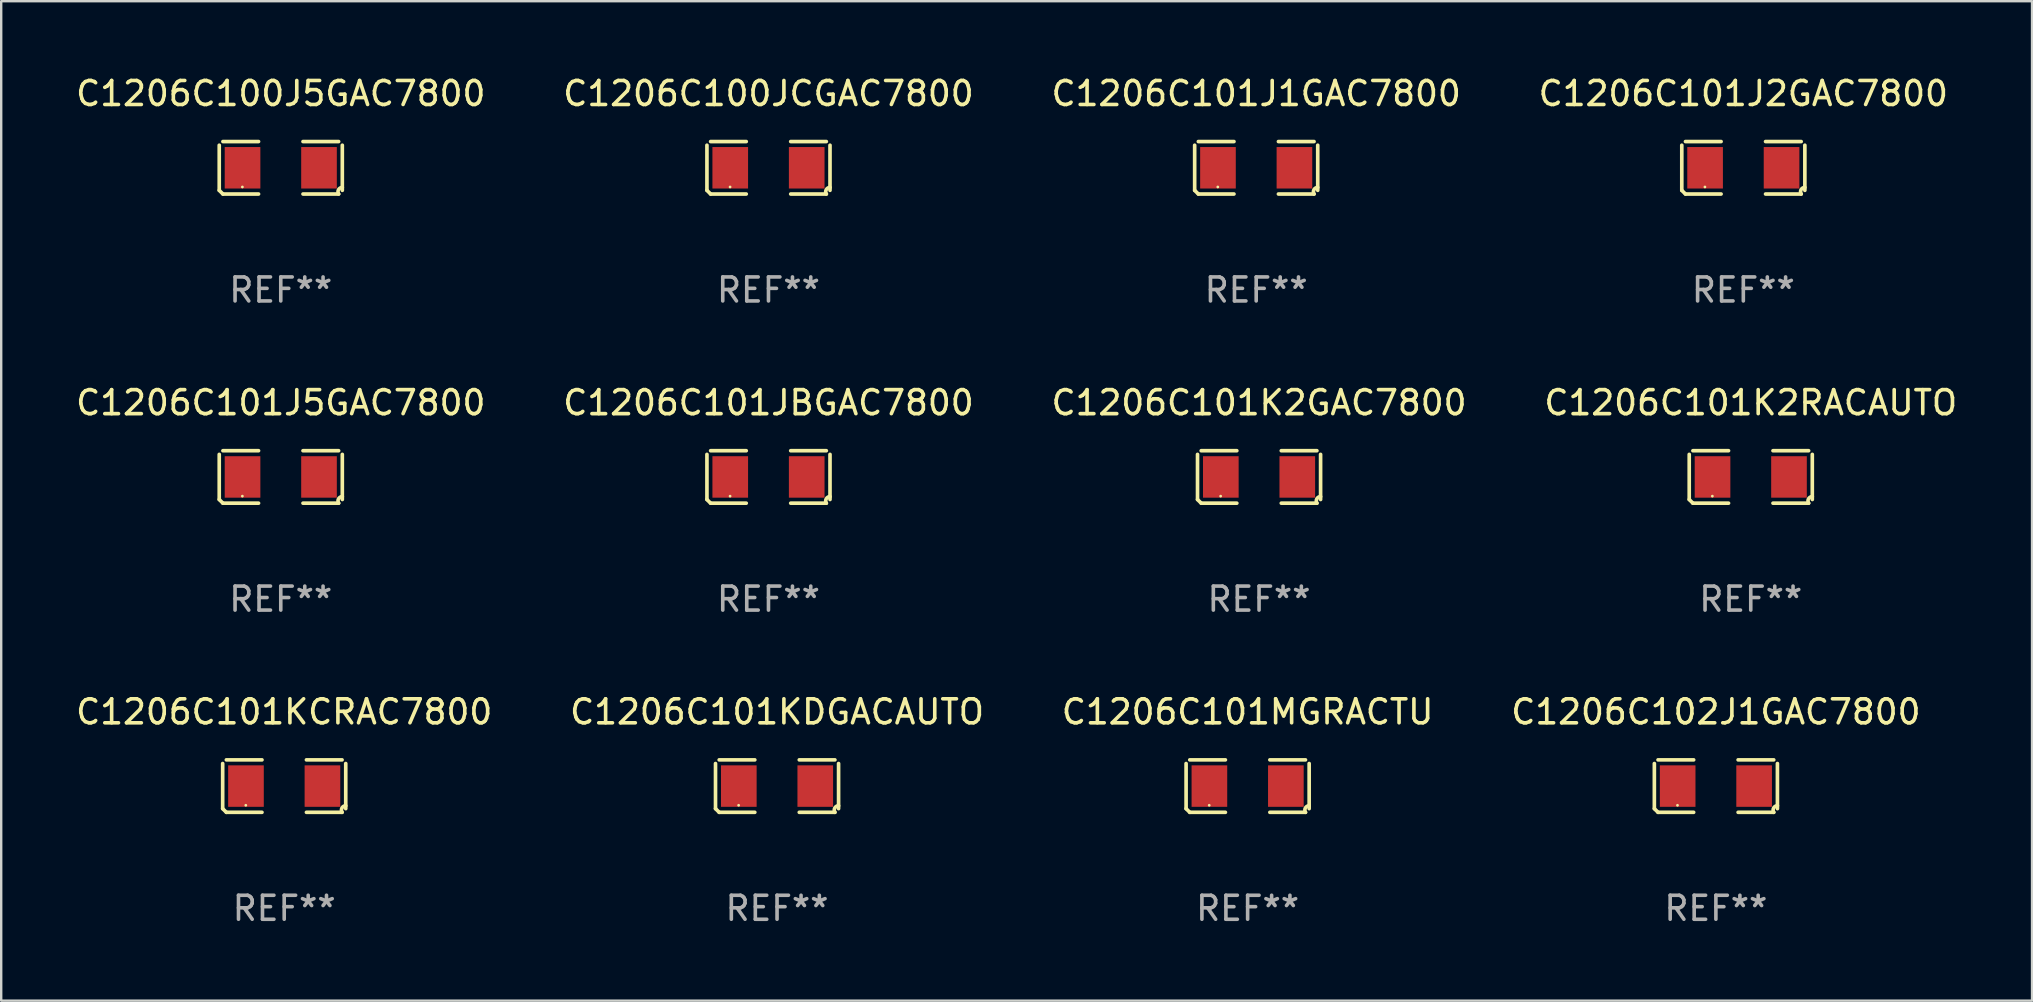
<source format=kicad_pcb>
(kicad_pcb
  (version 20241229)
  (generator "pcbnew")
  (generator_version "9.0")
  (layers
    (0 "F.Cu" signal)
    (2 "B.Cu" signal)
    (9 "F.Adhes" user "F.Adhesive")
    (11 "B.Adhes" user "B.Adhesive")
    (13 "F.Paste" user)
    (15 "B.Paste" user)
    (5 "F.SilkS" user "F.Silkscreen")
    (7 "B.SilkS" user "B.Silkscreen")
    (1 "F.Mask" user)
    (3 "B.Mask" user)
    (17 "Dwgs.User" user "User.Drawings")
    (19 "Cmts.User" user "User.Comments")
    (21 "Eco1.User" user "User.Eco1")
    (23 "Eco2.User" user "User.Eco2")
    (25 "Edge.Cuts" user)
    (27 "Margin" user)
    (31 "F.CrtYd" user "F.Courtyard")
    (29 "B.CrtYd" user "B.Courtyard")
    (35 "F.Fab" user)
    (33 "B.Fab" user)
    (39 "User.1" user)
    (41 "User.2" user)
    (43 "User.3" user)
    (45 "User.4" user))
  (footprint "C1206C101KDGACAUTO"
    (layer "F.Cu")
    (at 29.327 29.704)
    (property "Reference" "C1206C101KDGACAUTO" (at 0 -3.093 0) (layer "F.SilkS") (effects (font (size 1 1) (thickness 0.15))))
    (attr through_hole)
    (fp_line (start -2.564 0.94) (end -2.564 -0.94) (stroke (width 0.152) (type solid)) (layer "F.SilkS"))
    (fp_line (start -2.411 -1.093) (end -0.926 -1.093) (stroke (width 0.152) (type solid)) (layer "F.SilkS"))
    (fp_line (start -0.926 1.093) (end -2.411 1.093) (stroke (width 0.152) (type solid)) (layer "F.SilkS"))
    (fp_line (start 0.926 1.093) (end 2.411 1.093) (stroke (width 0.152) (type solid)) (layer "F.SilkS"))
    (fp_line (start 2.411 -1.093) (end 0.926 -1.093) (stroke (width 0.152) (type solid)) (layer "F.SilkS"))
    (fp_line (start 2.564 0.94) (end 2.564 -0.94) (stroke (width 0.152) (type solid)) (layer "F.SilkS"))
    (fp_arc (start -2.411201 1.092609) (mid -2.487413 1.01642) (end -2.563602 0.940208) (stroke (width 0.1524) (type solid)) (layer "F.SilkS"))
    (fp_arc (start 2.411201 1.092609) (mid 2.407159 0.911226) (end 2.563602 0.819347) (stroke (width 0.1524) (type solid)) (layer "F.SilkS"))
    (fp_circle (center -1.6 0.8) (end -1.57 0.8) (stroke (width 0.06) (type solid)) (fill no) (layer "F.SilkS"))
    (fp_text user "REF**" (at 0 5.093 0) (layer "F.Fab") (effects (font (size 1 1) (thickness 0.15))))
    (pad "1" smd rect (at -1.593 0) (size 1.485 1.728) (layers "F.Cu" "F.Mask" "F.Paste"))
    (pad "2" smd rect (at 1.593 0) (size 1.485 1.728) (layers "F.Cu" "F.Mask" "F.Paste")))
  (footprint "C1206C101J2GAC7800"
    (layer "F.Cu")
    (at 69.589 3.941)
    (property "Reference" "C1206C101J2GAC7800" (at 0 -3.093 0) (layer "F.SilkS") (effects (font (size 1 1) (thickness 0.15))))
    (attr through_hole)
    (fp_line (start -2.564 0.94) (end -2.564 -0.94) (stroke (width 0.152) (type solid)) (layer "F.SilkS"))
    (fp_line (start -2.411 -1.093) (end -0.926 -1.093) (stroke (width 0.152) (type solid)) (layer "F.SilkS"))
    (fp_line (start -0.926 1.093) (end -2.411 1.093) (stroke (width 0.152) (type solid)) (layer "F.SilkS"))
    (fp_line (start 0.926 1.093) (end 2.411 1.093) (stroke (width 0.152) (type solid)) (layer "F.SilkS"))
    (fp_line (start 2.411 -1.093) (end 0.926 -1.093) (stroke (width 0.152) (type solid)) (layer "F.SilkS"))
    (fp_line (start 2.564 0.94) (end 2.564 -0.94) (stroke (width 0.152) (type solid)) (layer "F.SilkS"))
    (fp_arc (start -2.411201 1.092609) (mid -2.487413 1.01642) (end -2.563602 0.940208) (stroke (width 0.1524) (type solid)) (layer "F.SilkS"))
    (fp_arc (start 2.411201 1.092609) (mid 2.407159 0.911226) (end 2.563602 0.819347) (stroke (width 0.1524) (type solid)) (layer "F.SilkS"))
    (fp_circle (center -1.6 0.8) (end -1.57 0.8) (stroke (width 0.06) (type solid)) (fill no) (layer "F.SilkS"))
    (fp_text user "REF**" (at 0 5.093 0) (layer "F.Fab") (effects (font (size 1 1) (thickness 0.15))))
    (pad "1" smd rect (at -1.593 0) (size 1.485 1.728) (layers "F.Cu" "F.Mask" "F.Paste"))
    (pad "2" smd rect (at 1.593 0) (size 1.485 1.728) (layers "F.Cu" "F.Mask" "F.Paste")))
  (footprint "C1206C101J1GAC7800"
    (layer "F.Cu")
    (at 49.292 3.941)
    (property "Reference" "C1206C101J1GAC7800" (at 0 -3.093 0) (layer "F.SilkS") (effects (font (size 1 1) (thickness 0.15))))
    (attr through_hole)
    (fp_line (start -2.564 0.94) (end -2.564 -0.94) (stroke (width 0.152) (type solid)) (layer "F.SilkS"))
    (fp_line (start -2.411 -1.093) (end -0.926 -1.093) (stroke (width 0.152) (type solid)) (layer "F.SilkS"))
    (fp_line (start -0.926 1.093) (end -2.411 1.093) (stroke (width 0.152) (type solid)) (layer "F.SilkS"))
    (fp_line (start 0.926 1.093) (end 2.411 1.093) (stroke (width 0.152) (type solid)) (layer "F.SilkS"))
    (fp_line (start 2.411 -1.093) (end 0.926 -1.093) (stroke (width 0.152) (type solid)) (layer "F.SilkS"))
    (fp_line (start 2.564 0.94) (end 2.564 -0.94) (stroke (width 0.152) (type solid)) (layer "F.SilkS"))
    (fp_arc (start -2.411201 1.092609) (mid -2.487413 1.01642) (end -2.563602 0.940208) (stroke (width 0.1524) (type solid)) (layer "F.SilkS"))
    (fp_arc (start 2.411201 1.092609) (mid 2.407159 0.911226) (end 2.563602 0.819347) (stroke (width 0.1524) (type solid)) (layer "F.SilkS"))
    (fp_circle (center -1.6 0.8) (end -1.57 0.8) (stroke (width 0.06) (type solid)) (fill no) (layer "F.SilkS"))
    (fp_text user "REF**" (at 0 5.093 0) (layer "F.Fab") (effects (font (size 1 1) (thickness 0.15))))
    (pad "1" smd rect (at -1.593 0) (size 1.485 1.728) (layers "F.Cu" "F.Mask" "F.Paste"))
    (pad "2" smd rect (at 1.593 0) (size 1.485 1.728) (layers "F.Cu" "F.Mask" "F.Paste")))
  (footprint "C1206C101KCRAC7800"
    (layer "F.Cu")
    (at 8.792 29.704)
    (property "Reference" "C1206C101KCRAC7800" (at 0 -3.093 0) (layer "F.SilkS") (effects (font (size 1 1) (thickness 0.15))))
    (attr through_hole)
    (fp_line (start -2.564 0.94) (end -2.564 -0.94) (stroke (width 0.152) (type solid)) (layer "F.SilkS"))
    (fp_line (start -2.411 -1.093) (end -0.926 -1.093) (stroke (width 0.152) (type solid)) (layer "F.SilkS"))
    (fp_line (start -0.926 1.093) (end -2.411 1.093) (stroke (width 0.152) (type solid)) (layer "F.SilkS"))
    (fp_line (start 0.926 1.093) (end 2.411 1.093) (stroke (width 0.152) (type solid)) (layer "F.SilkS"))
    (fp_line (start 2.411 -1.093) (end 0.926 -1.093) (stroke (width 0.152) (type solid)) (layer "F.SilkS"))
    (fp_line (start 2.564 0.94) (end 2.564 -0.94) (stroke (width 0.152) (type solid)) (layer "F.SilkS"))
    (fp_arc (start -2.411201 1.092609) (mid -2.487413 1.01642) (end -2.563602 0.940208) (stroke (width 0.1524) (type solid)) (layer "F.SilkS"))
    (fp_arc (start 2.411201 1.092609) (mid 2.407159 0.911226) (end 2.563602 0.819347) (stroke (width 0.1524) (type solid)) (layer "F.SilkS"))
    (fp_circle (center -1.6 0.8) (end -1.57 0.8) (stroke (width 0.06) (type solid)) (fill no) (layer "F.SilkS"))
    (fp_text user "REF**" (at 0 5.093 0) (layer "F.Fab") (effects (font (size 1 1) (thickness 0.15))))
    (pad "1" smd rect (at -1.593 0) (size 1.485 1.728) (layers "F.Cu" "F.Mask" "F.Paste"))
    (pad "2" smd rect (at 1.593 0) (size 1.485 1.728) (layers "F.Cu" "F.Mask" "F.Paste")))
  (footprint "C1206C101JBGAC7800"
    (layer "F.Cu")
    (at 28.97 16.823)
    (property "Reference" "C1206C101JBGAC7800" (at 0 -3.093 0) (layer "F.SilkS") (effects (font (size 1 1) (thickness 0.15))))
    (attr through_hole)
    (fp_line (start -2.564 0.94) (end -2.564 -0.94) (stroke (width 0.152) (type solid)) (layer "F.SilkS"))
    (fp_line (start -2.411 -1.093) (end -0.926 -1.093) (stroke (width 0.152) (type solid)) (layer "F.SilkS"))
    (fp_line (start -0.926 1.093) (end -2.411 1.093) (stroke (width 0.152) (type solid)) (layer "F.SilkS"))
    (fp_line (start 0.926 1.093) (end 2.411 1.093) (stroke (width 0.152) (type solid)) (layer "F.SilkS"))
    (fp_line (start 2.411 -1.093) (end 0.926 -1.093) (stroke (width 0.152) (type solid)) (layer "F.SilkS"))
    (fp_line (start 2.564 0.94) (end 2.564 -0.94) (stroke (width 0.152) (type solid)) (layer "F.SilkS"))
    (fp_arc (start -2.411201 1.092609) (mid -2.487413 1.01642) (end -2.563602 0.940208) (stroke (width 0.1524) (type solid)) (layer "F.SilkS"))
    (fp_arc (start 2.411201 1.092609) (mid 2.407159 0.911226) (end 2.563602 0.819347) (stroke (width 0.1524) (type solid)) (layer "F.SilkS"))
    (fp_circle (center -1.6 0.8) (end -1.57 0.8) (stroke (width 0.06) (type solid)) (fill no) (layer "F.SilkS"))
    (fp_text user "REF**" (at 0 5.093 0) (layer "F.Fab") (effects (font (size 1 1) (thickness 0.15))))
    (pad "1" smd rect (at -1.593 0) (size 1.485 1.728) (layers "F.Cu" "F.Mask" "F.Paste"))
    (pad "2" smd rect (at 1.593 0) (size 1.485 1.728) (layers "F.Cu" "F.Mask" "F.Paste")))
  (footprint "C1206C101K2RACAUTO"
    (layer "F.Cu")
    (at 69.899 16.823)
    (property "Reference" "C1206C101K2RACAUTO" (at 0 -3.093 0) (layer "F.SilkS") (effects (font (size 1 1) (thickness 0.15))))
    (attr through_hole)
    (fp_line (start -2.564 0.94) (end -2.564 -0.94) (stroke (width 0.152) (type solid)) (layer "F.SilkS"))
    (fp_line (start -2.411 -1.093) (end -0.926 -1.093) (stroke (width 0.152) (type solid)) (layer "F.SilkS"))
    (fp_line (start -0.926 1.093) (end -2.411 1.093) (stroke (width 0.152) (type solid)) (layer "F.SilkS"))
    (fp_line (start 0.926 1.093) (end 2.411 1.093) (stroke (width 0.152) (type solid)) (layer "F.SilkS"))
    (fp_line (start 2.411 -1.093) (end 0.926 -1.093) (stroke (width 0.152) (type solid)) (layer "F.SilkS"))
    (fp_line (start 2.564 0.94) (end 2.564 -0.94) (stroke (width 0.152) (type solid)) (layer "F.SilkS"))
    (fp_arc (start -2.411201 1.092609) (mid -2.487413 1.01642) (end -2.563602 0.940208) (stroke (width 0.1524) (type solid)) (layer "F.SilkS"))
    (fp_arc (start 2.411201 1.092609) (mid 2.407159 0.911226) (end 2.563602 0.819347) (stroke (width 0.1524) (type solid)) (layer "F.SilkS"))
    (fp_circle (center -1.6 0.8) (end -1.57 0.8) (stroke (width 0.06) (type solid)) (fill no) (layer "F.SilkS"))
    (fp_text user "REF**" (at 0 5.093 0) (layer "F.Fab") (effects (font (size 1 1) (thickness 0.15))))
    (pad "1" smd rect (at -1.593 0) (size 1.485 1.728) (layers "F.Cu" "F.Mask" "F.Paste"))
    (pad "2" smd rect (at 1.593 0) (size 1.485 1.728) (layers "F.Cu" "F.Mask" "F.Paste")))
  (footprint "C1206C100J5GAC7800"
    (layer "F.Cu")
    (at 8.649 3.941)
    (property "Reference" "C1206C100J5GAC7800" (at 0 -3.093 0) (layer "F.SilkS") (effects (font (size 1 1) (thickness 0.15))))
    (attr through_hole)
    (fp_line (start -2.564 0.94) (end -2.564 -0.94) (stroke (width 0.152) (type solid)) (layer "F.SilkS"))
    (fp_line (start -2.411 -1.093) (end -0.926 -1.093) (stroke (width 0.152) (type solid)) (layer "F.SilkS"))
    (fp_line (start -0.926 1.093) (end -2.411 1.093) (stroke (width 0.152) (type solid)) (layer "F.SilkS"))
    (fp_line (start 0.926 1.093) (end 2.411 1.093) (stroke (width 0.152) (type solid)) (layer "F.SilkS"))
    (fp_line (start 2.411 -1.093) (end 0.926 -1.093) (stroke (width 0.152) (type solid)) (layer "F.SilkS"))
    (fp_line (start 2.564 0.94) (end 2.564 -0.94) (stroke (width 0.152) (type solid)) (layer "F.SilkS"))
    (fp_arc (start -2.411201 1.092609) (mid -2.487413 1.01642) (end -2.563602 0.940208) (stroke (width 0.1524) (type solid)) (layer "F.SilkS"))
    (fp_arc (start 2.411201 1.092609) (mid 2.407159 0.911226) (end 2.563602 0.819347) (stroke (width 0.1524) (type solid)) (layer "F.SilkS"))
    (fp_circle (center -1.6 0.8) (end -1.57 0.8) (stroke (width 0.06) (type solid)) (fill no) (layer "F.SilkS"))
    (fp_text user "REF**" (at 0 5.093 0) (layer "F.Fab") (effects (font (size 1 1) (thickness 0.15))))
    (pad "1" smd rect (at -1.593 0) (size 1.485 1.728) (layers "F.Cu" "F.Mask" "F.Paste"))
    (pad "2" smd rect (at 1.593 0) (size 1.485 1.728) (layers "F.Cu" "F.Mask" "F.Paste")))
  (footprint "C1206C101MGRACTU"
    (layer "F.Cu")
    (at 48.935 29.704)
    (property "Reference" "C1206C101MGRACTU" (at 0 -3.093 0) (layer "F.SilkS") (effects (font (size 1 1) (thickness 0.15))))
    (attr through_hole)
    (fp_line (start -2.564 0.94) (end -2.564 -0.94) (stroke (width 0.152) (type solid)) (layer "F.SilkS"))
    (fp_line (start -2.411 -1.093) (end -0.926 -1.093) (stroke (width 0.152) (type solid)) (layer "F.SilkS"))
    (fp_line (start -0.926 1.093) (end -2.411 1.093) (stroke (width 0.152) (type solid)) (layer "F.SilkS"))
    (fp_line (start 0.926 1.093) (end 2.411 1.093) (stroke (width 0.152) (type solid)) (layer "F.SilkS"))
    (fp_line (start 2.411 -1.093) (end 0.926 -1.093) (stroke (width 0.152) (type solid)) (layer "F.SilkS"))
    (fp_line (start 2.564 0.94) (end 2.564 -0.94) (stroke (width 0.152) (type solid)) (layer "F.SilkS"))
    (fp_arc (start -2.411201 1.092609) (mid -2.487413 1.01642) (end -2.563602 0.940208) (stroke (width 0.1524) (type solid)) (layer "F.SilkS"))
    (fp_arc (start 2.411201 1.092609) (mid 2.407159 0.911226) (end 2.563602 0.819347) (stroke (width 0.1524) (type solid)) (layer "F.SilkS"))
    (fp_circle (center -1.6 0.8) (end -1.57 0.8) (stroke (width 0.06) (type solid)) (fill no) (layer "F.SilkS"))
    (fp_text user "REF**" (at 0 5.093 0) (layer "F.Fab") (effects (font (size 1 1) (thickness 0.15))))
    (pad "1" smd rect (at -1.593 0) (size 1.485 1.728) (layers "F.Cu" "F.Mask" "F.Paste"))
    (pad "2" smd rect (at 1.593 0) (size 1.485 1.728) (layers "F.Cu" "F.Mask" "F.Paste")))
  (footprint "C1206C102J1GAC7800"
    (layer "F.Cu")
    (at 68.446 29.704)
    (property "Reference" "C1206C102J1GAC7800" (at 0 -3.093 0) (layer "F.SilkS") (effects (font (size 1 1) (thickness 0.15))))
    (attr through_hole)
    (fp_line (start -2.564 0.94) (end -2.564 -0.94) (stroke (width 0.152) (type solid)) (layer "F.SilkS"))
    (fp_line (start -2.411 -1.093) (end -0.926 -1.093) (stroke (width 0.152) (type solid)) (layer "F.SilkS"))
    (fp_line (start -0.926 1.093) (end -2.411 1.093) (stroke (width 0.152) (type solid)) (layer "F.SilkS"))
    (fp_line (start 0.926 1.093) (end 2.411 1.093) (stroke (width 0.152) (type solid)) (layer "F.SilkS"))
    (fp_line (start 2.411 -1.093) (end 0.926 -1.093) (stroke (width 0.152) (type solid)) (layer "F.SilkS"))
    (fp_line (start 2.564 0.94) (end 2.564 -0.94) (stroke (width 0.152) (type solid)) (layer "F.SilkS"))
    (fp_arc (start -2.411201 1.092609) (mid -2.487413 1.01642) (end -2.563602 0.940208) (stroke (width 0.1524) (type solid)) (layer "F.SilkS"))
    (fp_arc (start 2.411201 1.092609) (mid 2.407159 0.911226) (end 2.563602 0.819347) (stroke (width 0.1524) (type solid)) (layer "F.SilkS"))
    (fp_circle (center -1.6 0.8) (end -1.57 0.8) (stroke (width 0.06) (type solid)) (fill no) (layer "F.SilkS"))
    (fp_text user "REF**" (at 0 5.093 0) (layer "F.Fab") (effects (font (size 1 1) (thickness 0.15))))
    (pad "1" smd rect (at -1.593 0) (size 1.485 1.728) (layers "F.Cu" "F.Mask" "F.Paste"))
    (pad "2" smd rect (at 1.593 0) (size 1.485 1.728) (layers "F.Cu" "F.Mask" "F.Paste")))
  (footprint "C1206C101J5GAC7800"
    (layer "F.Cu")
    (at 8.649 16.823)
    (property "Reference" "C1206C101J5GAC7800" (at 0 -3.093 0) (layer "F.SilkS") (effects (font (size 1 1) (thickness 0.15))))
    (attr through_hole)
    (fp_line (start -2.564 0.94) (end -2.564 -0.94) (stroke (width 0.152) (type solid)) (layer "F.SilkS"))
    (fp_line (start -2.411 -1.093) (end -0.926 -1.093) (stroke (width 0.152) (type solid)) (layer "F.SilkS"))
    (fp_line (start -0.926 1.093) (end -2.411 1.093) (stroke (width 0.152) (type solid)) (layer "F.SilkS"))
    (fp_line (start 0.926 1.093) (end 2.411 1.093) (stroke (width 0.152) (type solid)) (layer "F.SilkS"))
    (fp_line (start 2.411 -1.093) (end 0.926 -1.093) (stroke (width 0.152) (type solid)) (layer "F.SilkS"))
    (fp_line (start 2.564 0.94) (end 2.564 -0.94) (stroke (width 0.152) (type solid)) (layer "F.SilkS"))
    (fp_arc (start -2.411201 1.092609) (mid -2.487413 1.01642) (end -2.563602 0.940208) (stroke (width 0.1524) (type solid)) (layer "F.SilkS"))
    (fp_arc (start 2.411201 1.092609) (mid 2.407159 0.911226) (end 2.563602 0.819347) (stroke (width 0.1524) (type solid)) (layer "F.SilkS"))
    (fp_circle (center -1.6 0.8) (end -1.57 0.8) (stroke (width 0.06) (type solid)) (fill no) (layer "F.SilkS"))
    (fp_text user "REF**" (at 0 5.093 0) (layer "F.Fab") (effects (font (size 1 1) (thickness 0.15))))
    (pad "1" smd rect (at -1.593 0) (size 1.485 1.728) (layers "F.Cu" "F.Mask" "F.Paste"))
    (pad "2" smd rect (at 1.593 0) (size 1.485 1.728) (layers "F.Cu" "F.Mask" "F.Paste")))
  (footprint "C1206C100JCGAC7800"
    (layer "F.Cu")
    (at 28.97 3.941)
    (property "Reference" "C1206C100JCGAC7800" (at 0 -3.093 0) (layer "F.SilkS") (effects (font (size 1 1) (thickness 0.15))))
    (attr through_hole)
    (fp_line (start -2.564 0.94) (end -2.564 -0.94) (stroke (width 0.152) (type solid)) (layer "F.SilkS"))
    (fp_line (start -2.411 -1.093) (end -0.926 -1.093) (stroke (width 0.152) (type solid)) (layer "F.SilkS"))
    (fp_line (start -0.926 1.093) (end -2.411 1.093) (stroke (width 0.152) (type solid)) (layer "F.SilkS"))
    (fp_line (start 0.926 1.093) (end 2.411 1.093) (stroke (width 0.152) (type solid)) (layer "F.SilkS"))
    (fp_line (start 2.411 -1.093) (end 0.926 -1.093) (stroke (width 0.152) (type solid)) (layer "F.SilkS"))
    (fp_line (start 2.564 0.94) (end 2.564 -0.94) (stroke (width 0.152) (type solid)) (layer "F.SilkS"))
    (fp_arc (start -2.411201 1.092609) (mid -2.487413 1.01642) (end -2.563602 0.940208) (stroke (width 0.1524) (type solid)) (layer "F.SilkS"))
    (fp_arc (start 2.411201 1.092609) (mid 2.407159 0.911226) (end 2.563602 0.819347) (stroke (width 0.1524) (type solid)) (layer "F.SilkS"))
    (fp_circle (center -1.6 0.8) (end -1.57 0.8) (stroke (width 0.06) (type solid)) (fill no) (layer "F.SilkS"))
    (fp_text user "REF**" (at 0 5.093 0) (layer "F.Fab") (effects (font (size 1 1) (thickness 0.15))))
    (pad "1" smd rect (at -1.593 0) (size 1.485 1.728) (layers "F.Cu" "F.Mask" "F.Paste"))
    (pad "2" smd rect (at 1.593 0) (size 1.485 1.728) (layers "F.Cu" "F.Mask" "F.Paste")))
  (footprint "C1206C101K2GAC7800"
    (layer "F.Cu")
    (at 49.411 16.823)
    (property "Reference" "C1206C101K2GAC7800" (at 0 -3.093 0) (layer "F.SilkS") (effects (font (size 1 1) (thickness 0.15))))
    (attr through_hole)
    (fp_line (start -2.564 0.94) (end -2.564 -0.94) (stroke (width 0.152) (type solid)) (layer "F.SilkS"))
    (fp_line (start -2.411 -1.093) (end -0.926 -1.093) (stroke (width 0.152) (type solid)) (layer "F.SilkS"))
    (fp_line (start -0.926 1.093) (end -2.411 1.093) (stroke (width 0.152) (type solid)) (layer "F.SilkS"))
    (fp_line (start 0.926 1.093) (end 2.411 1.093) (stroke (width 0.152) (type solid)) (layer "F.SilkS"))
    (fp_line (start 2.411 -1.093) (end 0.926 -1.093) (stroke (width 0.152) (type solid)) (layer "F.SilkS"))
    (fp_line (start 2.564 0.94) (end 2.564 -0.94) (stroke (width 0.152) (type solid)) (layer "F.SilkS"))
    (fp_arc (start -2.411201 1.092609) (mid -2.487413 1.01642) (end -2.563602 0.940208) (stroke (width 0.1524) (type solid)) (layer "F.SilkS"))
    (fp_arc (start 2.411201 1.092609) (mid 2.407159 0.911226) (end 2.563602 0.819347) (stroke (width 0.1524) (type solid)) (layer "F.SilkS"))
    (fp_circle (center -1.6 0.8) (end -1.57 0.8) (stroke (width 0.06) (type solid)) (fill no) (layer "F.SilkS"))
    (fp_text user "REF**" (at 0 5.093 0) (layer "F.Fab") (effects (font (size 1 1) (thickness 0.15))))
    (pad "1" smd rect (at -1.593 0) (size 1.485 1.728) (layers "F.Cu" "F.Mask" "F.Paste"))
    (pad "2" smd rect (at 1.593 0) (size 1.485 1.728) (layers "F.Cu" "F.Mask" "F.Paste")))
  (gr_rect
    (start -3 -3)
    (end 81.619 38.645)
    (stroke (width 0.1) (type default))
    (fill no)
    (layer "Edge.Cuts")))
</source>
